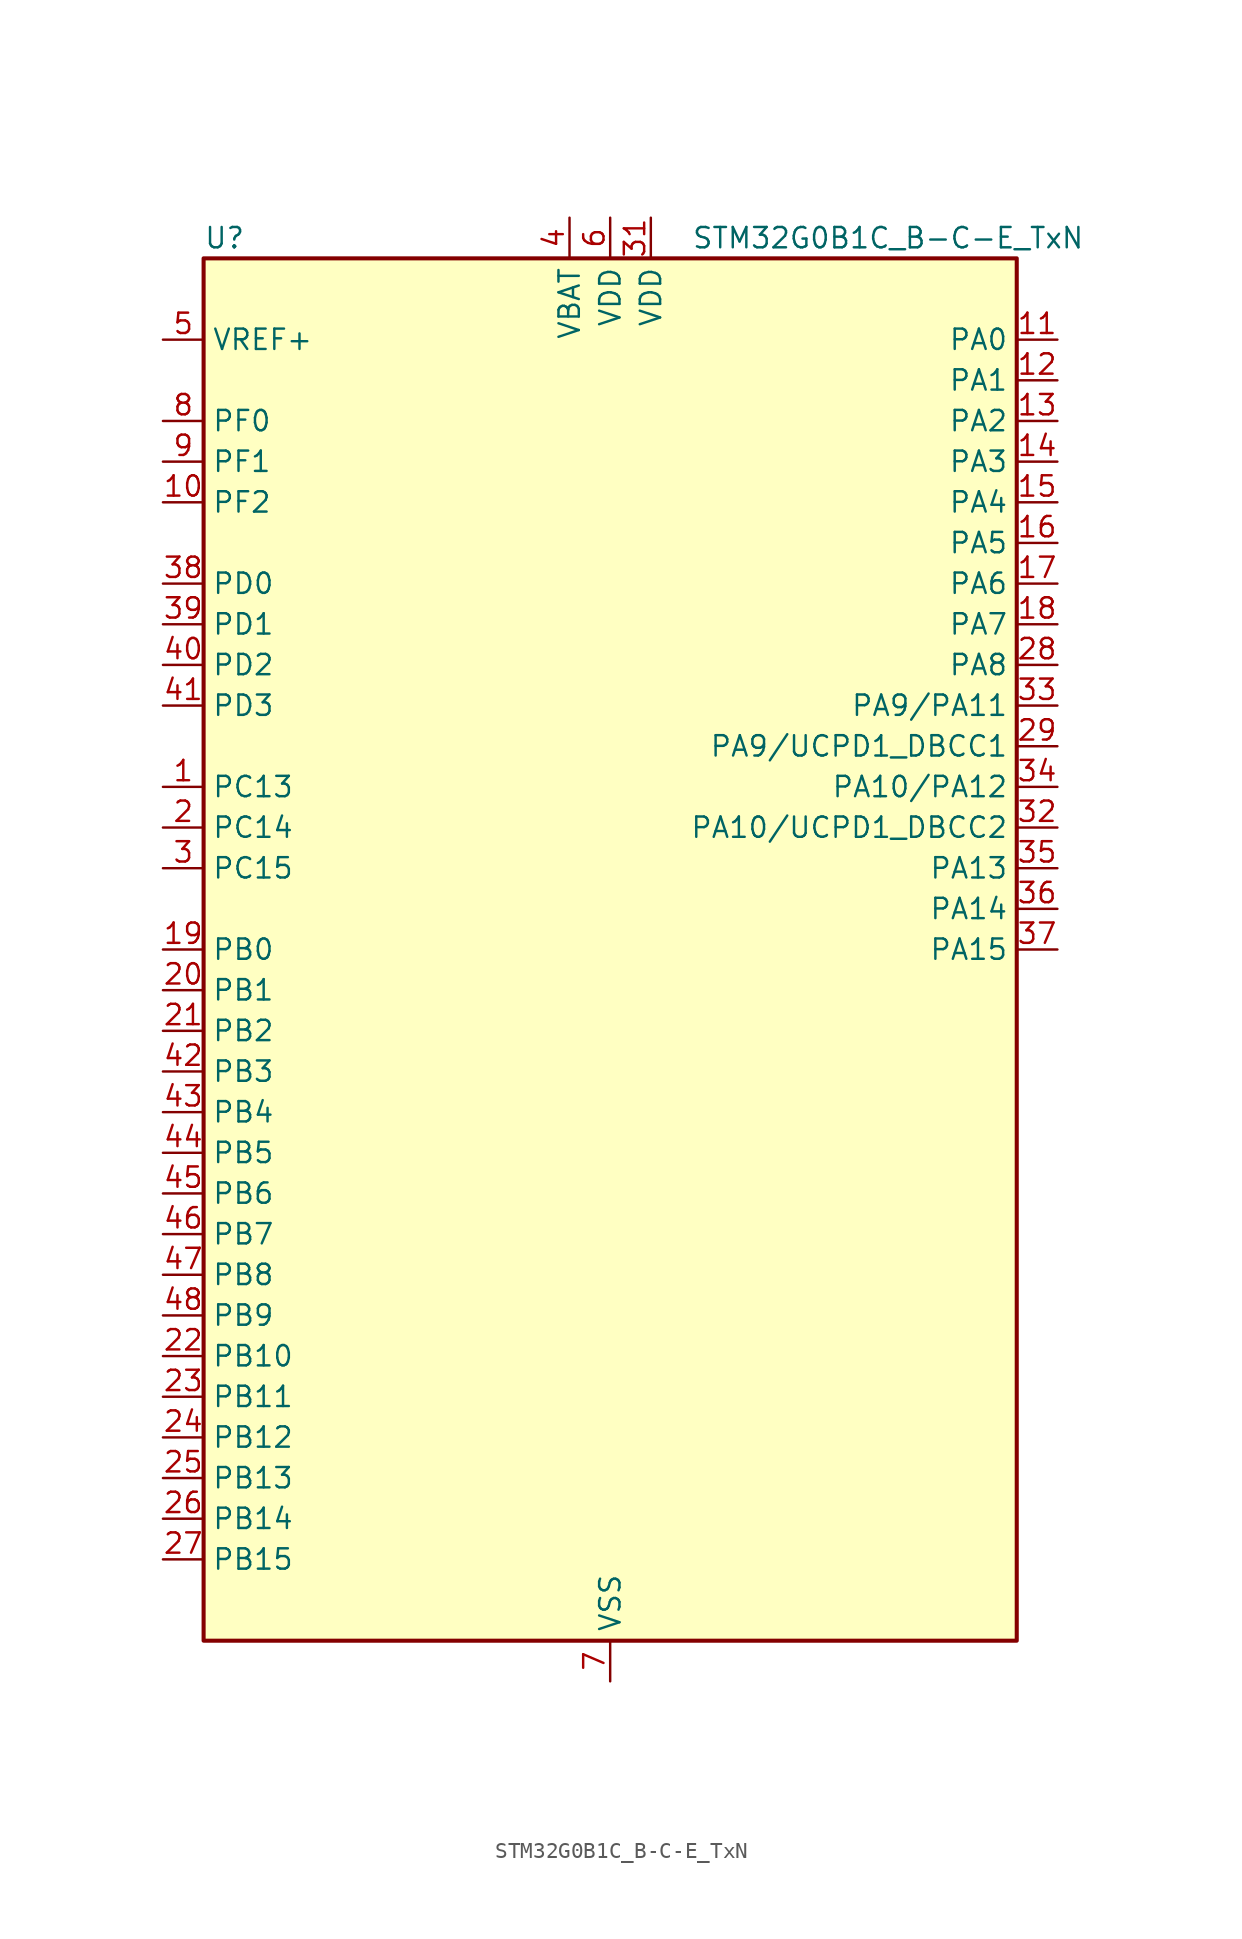
<source format=kicad_sym>
(kicad_symbol_lib
  (version 20231120)
  (generator "kicad-library-utils")
  (generator_version "8.0")
  (symbol "STM32G0B1C_B-C-E_TxN"
    (property "Reference" "U"
      (at -25.4 44.45 0)
      (effects (font (size 1.27 1.27)) (justify left)))
    (property "Value" "STM32G0B1C_B-C-E_TxN"
      (at 5.08 44.45 0)
      (effects (font (size 1.27 1.27)) (justify left)))
    (symbol "STM32G0B1C_B-C-E_TxN_0_1"
      (rectangle (start -25.4 -43.18) (end 25.4 43.18) (stroke (width 0.254) (type default)) (fill (type background))))
    (symbol "STM32G0B1C_B-C-E_TxN_1_1"
      (pin bidirectional line (at -27.94 10.16 0) (length 2.54) (name "PC13" (effects (font (size 1.27 1.27)))) (number "1" (effects (font (size 1.27 1.27)))) (alternate "RTC_OUT1" bidirectional line) (alternate "RTC_TAMP_IN1" bidirectional line) (alternate "RTC_TS" bidirectional line) (alternate "SYS_WKUP2" bidirectional line) (alternate "TIM1_BK" bidirectional line))
      (pin bidirectional line (at -27.94 27.94 0) (length 2.54) (name "PF2" (effects (font (size 1.27 1.27)))) (number "10" (effects (font (size 1.27 1.27)))) (alternate "LPUART2_DE" bidirectional line) (alternate "LPUART2_RTS" bidirectional line) (alternate "LPUART2_TX" bidirectional line) (alternate "RCC_MCO" bidirectional line))
      (pin bidirectional line (at 27.94 38.1 180) (length 2.54) (name "PA0" (effects (font (size 1.27 1.27)))) (number "11" (effects (font (size 1.27 1.27)))) (alternate "ADC1_IN0" bidirectional line) (alternate "COMP1_INM" bidirectional line) (alternate "COMP1_OUT" bidirectional line) (alternate "I2S2_CK" bidirectional line) (alternate "LPTIM1_OUT" bidirectional line) (alternate "RTC_TAMP_IN2" bidirectional line) (alternate "SPI2_SCK" bidirectional line) (alternate "SYS_WKUP1" bidirectional line) (alternate "TIM2_CH1" bidirectional line) (alternate "TIM2_ETR" bidirectional line) (alternate "UCPD2_FRSTX1" bidirectional line) (alternate "UCPD2_FRSTX2" bidirectional line) (alternate "USART2_CTS" bidirectional line) (alternate "USART2_NSS" bidirectional line) (alternate "USART4_TX" bidirectional line))
      (pin bidirectional line (at 27.94 35.56 180) (length 2.54) (name "PA1" (effects (font (size 1.27 1.27)))) (number "12" (effects (font (size 1.27 1.27)))) (alternate "ADC1_IN1" bidirectional line) (alternate "COMP1_INP" bidirectional line) (alternate "I2C1_SMBA" bidirectional line) (alternate "I2S1_CK" bidirectional line) (alternate "SPI1_SCK" bidirectional line) (alternate "TIM15_CH1N" bidirectional line) (alternate "TIM2_CH2" bidirectional line) (alternate "USART2_CK" bidirectional line) (alternate "USART2_DE" bidirectional line) (alternate "USART2_RTS" bidirectional line) (alternate "USART4_RX" bidirectional line))
      (pin bidirectional line (at 27.94 33.02 180) (length 2.54) (name "PA2" (effects (font (size 1.27 1.27)))) (number "13" (effects (font (size 1.27 1.27)))) (alternate "ADC1_IN2" bidirectional line) (alternate "COMP2_INM" bidirectional line) (alternate "COMP2_OUT" bidirectional line) (alternate "I2S1_SD" bidirectional line) (alternate "LPUART1_TX" bidirectional line) (alternate "RCC_LSCO" bidirectional line) (alternate "SPI1_MOSI" bidirectional line) (alternate "SYS_WKUP4" bidirectional line) (alternate "TIM15_CH1" bidirectional line) (alternate "TIM2_CH3" bidirectional line) (alternate "UCPD1_FRSTX1" bidirectional line) (alternate "UCPD1_FRSTX2" bidirectional line) (alternate "USART2_TX" bidirectional line))
      (pin bidirectional line (at 27.94 30.48 180) (length 2.54) (name "PA3" (effects (font (size 1.27 1.27)))) (number "14" (effects (font (size 1.27 1.27)))) (alternate "ADC1_IN3" bidirectional line) (alternate "COMP2_INP" bidirectional line) (alternate "I2S2_MCK" bidirectional line) (alternate "LPUART1_RX" bidirectional line) (alternate "SPI2_MISO" bidirectional line) (alternate "TIM15_CH2" bidirectional line) (alternate "TIM2_CH4" bidirectional line) (alternate "UCPD2_FRSTX1" bidirectional line) (alternate "UCPD2_FRSTX2" bidirectional line) (alternate "USART2_RX" bidirectional line))
      (pin bidirectional line (at 27.94 27.94 180) (length 2.54) (name "PA4" (effects (font (size 1.27 1.27)))) (number "15" (effects (font (size 1.27 1.27)))) (alternate "ADC1_IN4" bidirectional line) (alternate "DAC1_OUT1" bidirectional line) (alternate "I2S1_WS" bidirectional line) (alternate "I2S2_SD" bidirectional line) (alternate "LPTIM2_OUT" bidirectional line) (alternate "RTC_OUT2" bidirectional line) (alternate "SPI1_NSS" bidirectional line) (alternate "SPI2_MOSI" bidirectional line) (alternate "SPI3_NSS" bidirectional line) (alternate "TIM14_CH1" bidirectional line) (alternate "UCPD2_FRSTX1" bidirectional line) (alternate "UCPD2_FRSTX2" bidirectional line) (alternate "USART6_TX" bidirectional line) (alternate "USB_NOE" bidirectional line))
      (pin bidirectional line (at 27.94 25.4 180) (length 2.54) (name "PA5" (effects (font (size 1.27 1.27)))) (number "16" (effects (font (size 1.27 1.27)))) (alternate "ADC1_IN5" bidirectional line) (alternate "CEC" bidirectional line) (alternate "DAC1_OUT2" bidirectional line) (alternate "I2S1_CK" bidirectional line) (alternate "LPTIM2_ETR" bidirectional line) (alternate "SPI1_SCK" bidirectional line) (alternate "TIM2_CH1" bidirectional line) (alternate "TIM2_ETR" bidirectional line) (alternate "UCPD1_FRSTX1" bidirectional line) (alternate "UCPD1_FRSTX2" bidirectional line) (alternate "USART3_TX" bidirectional line) (alternate "USART6_RX" bidirectional line))
      (pin bidirectional line (at 27.94 22.86 180) (length 2.54) (name "PA6" (effects (font (size 1.27 1.27)))) (number "17" (effects (font (size 1.27 1.27)))) (alternate "ADC1_IN6" bidirectional line) (alternate "COMP1_OUT" bidirectional line) (alternate "I2C2_SDA" bidirectional line) (alternate "I2C3_SDA" bidirectional line) (alternate "I2S1_MCK" bidirectional line) (alternate "LPUART1_CTS" bidirectional line) (alternate "SPI1_MISO" bidirectional line) (alternate "TIM16_CH1" bidirectional line) (alternate "TIM1_BK" bidirectional line) (alternate "TIM3_CH1" bidirectional line) (alternate "USART3_CTS" bidirectional line) (alternate "USART3_NSS" bidirectional line) (alternate "USART6_CTS" bidirectional line) (alternate "USART6_NSS" bidirectional line))
      (pin bidirectional line (at 27.94 20.32 180) (length 2.54) (name "PA7" (effects (font (size 1.27 1.27)))) (number "18" (effects (font (size 1.27 1.27)))) (alternate "ADC1_IN7" bidirectional line) (alternate "COMP2_OUT" bidirectional line) (alternate "I2C2_SCL" bidirectional line) (alternate "I2C3_SCL" bidirectional line) (alternate "I2S1_SD" bidirectional line) (alternate "SPI1_MOSI" bidirectional line) (alternate "TIM14_CH1" bidirectional line) (alternate "TIM17_CH1" bidirectional line) (alternate "TIM1_CH1N" bidirectional line) (alternate "TIM3_CH2" bidirectional line) (alternate "UCPD1_FRSTX1" bidirectional line) (alternate "UCPD1_FRSTX2" bidirectional line) (alternate "USART6_CK" bidirectional line) (alternate "USART6_DE" bidirectional line) (alternate "USART6_RTS" bidirectional line))
      (pin bidirectional line (at -27.94 0 0) (length 2.54) (name "PB0" (effects (font (size 1.27 1.27)))) (number "19" (effects (font (size 1.27 1.27)))) (alternate "ADC1_IN8" bidirectional line) (alternate "COMP1_OUT" bidirectional line) (alternate "COMP3_INP" bidirectional line) (alternate "FDCAN2_RX" bidirectional line) (alternate "I2S1_WS" bidirectional line) (alternate "LPTIM1_OUT" bidirectional line) (alternate "LPUART2_CTS" bidirectional line) (alternate "SPI1_NSS" bidirectional line) (alternate "TIM1_CH2N" bidirectional line) (alternate "TIM3_CH3" bidirectional line) (alternate "UCPD1_FRSTX1" bidirectional line) (alternate "UCPD1_FRSTX2" bidirectional line) (alternate "USART3_RX" bidirectional line) (alternate "USART5_TX" bidirectional line))
      (pin bidirectional line (at -27.94 7.62 0) (length 2.54) (name "PC14" (effects (font (size 1.27 1.27)))) (number "2" (effects (font (size 1.27 1.27)))) (alternate "RCC_OSC32_IN" bidirectional line) (alternate "TIM1_BK2" bidirectional line))
      (pin bidirectional line (at -27.94 -2.54 0) (length 2.54) (name "PB1" (effects (font (size 1.27 1.27)))) (number "20" (effects (font (size 1.27 1.27)))) (alternate "ADC1_IN9" bidirectional line) (alternate "COMP1_INM" bidirectional line) (alternate "COMP3_OUT" bidirectional line) (alternate "FDCAN2_TX" bidirectional line) (alternate "LPTIM2_IN1" bidirectional line) (alternate "LPUART1_DE" bidirectional line) (alternate "LPUART1_RTS" bidirectional line) (alternate "LPUART2_DE" bidirectional line) (alternate "LPUART2_RTS" bidirectional line) (alternate "TIM14_CH1" bidirectional line) (alternate "TIM1_CH3N" bidirectional line) (alternate "TIM3_CH4" bidirectional line) (alternate "USART3_CK" bidirectional line) (alternate "USART3_DE" bidirectional line) (alternate "USART3_RTS" bidirectional line) (alternate "USART5_RX" bidirectional line))
      (pin bidirectional line (at -27.94 -5.08 0) (length 2.54) (name "PB2" (effects (font (size 1.27 1.27)))) (number "21" (effects (font (size 1.27 1.27)))) (alternate "ADC1_IN10" bidirectional line) (alternate "COMP1_INP" bidirectional line) (alternate "COMP3_INM" bidirectional line) (alternate "I2S2_MCK" bidirectional line) (alternate "LPTIM1_OUT" bidirectional line) (alternate "RCC_MCO_2" bidirectional line) (alternate "SPI2_MISO" bidirectional line) (alternate "USART3_TX" bidirectional line))
      (pin bidirectional line (at -27.94 -25.4 0) (length 2.54) (name "PB10" (effects (font (size 1.27 1.27)))) (number "22" (effects (font (size 1.27 1.27)))) (alternate "ADC1_IN11" bidirectional line) (alternate "CEC" bidirectional line) (alternate "COMP1_OUT" bidirectional line) (alternate "I2C2_SCL" bidirectional line) (alternate "I2S2_CK" bidirectional line) (alternate "LPUART1_RX" bidirectional line) (alternate "SPI2_SCK" bidirectional line) (alternate "TIM2_CH3" bidirectional line) (alternate "USART3_TX" bidirectional line))
      (pin bidirectional line (at -27.94 -27.94 0) (length 2.54) (name "PB11" (effects (font (size 1.27 1.27)))) (number "23" (effects (font (size 1.27 1.27)))) (alternate "ADC1_EXTI11" bidirectional line) (alternate "ADC1_IN15" bidirectional line) (alternate "COMP2_OUT" bidirectional line) (alternate "I2C2_SDA" bidirectional line) (alternate "I2S2_SD" bidirectional line) (alternate "LPUART1_TX" bidirectional line) (alternate "SPI2_MOSI" bidirectional line) (alternate "TIM2_CH4" bidirectional line) (alternate "USART3_RX" bidirectional line))
      (pin bidirectional line (at -27.94 -30.48 0) (length 2.54) (name "PB12" (effects (font (size 1.27 1.27)))) (number "24" (effects (font (size 1.27 1.27)))) (alternate "ADC1_IN16" bidirectional line) (alternate "FDCAN2_RX" bidirectional line) (alternate "I2C2_SMBA" bidirectional line) (alternate "I2S2_WS" bidirectional line) (alternate "LPUART1_DE" bidirectional line) (alternate "LPUART1_RTS" bidirectional line) (alternate "SPI2_NSS" bidirectional line) (alternate "TIM15_BK" bidirectional line) (alternate "TIM1_BK" bidirectional line) (alternate "UCPD2_FRSTX1" bidirectional line) (alternate "UCPD2_FRSTX2" bidirectional line))
      (pin bidirectional line (at -27.94 -33.02 0) (length 2.54) (name "PB13" (effects (font (size 1.27 1.27)))) (number "25" (effects (font (size 1.27 1.27)))) (alternate "FDCAN2_TX" bidirectional line) (alternate "I2C2_SCL" bidirectional line) (alternate "I2S2_CK" bidirectional line) (alternate "LPUART1_CTS" bidirectional line) (alternate "SPI2_SCK" bidirectional line) (alternate "TIM15_CH1N" bidirectional line) (alternate "TIM1_CH1N" bidirectional line) (alternate "USART3_CTS" bidirectional line) (alternate "USART3_NSS" bidirectional line))
      (pin bidirectional line (at -27.94 -35.56 0) (length 2.54) (name "PB14" (effects (font (size 1.27 1.27)))) (number "26" (effects (font (size 1.27 1.27)))) (alternate "I2C2_SDA" bidirectional line) (alternate "I2S2_MCK" bidirectional line) (alternate "SPI2_MISO" bidirectional line) (alternate "TIM15_CH1" bidirectional line) (alternate "TIM1_CH2N" bidirectional line) (alternate "UCPD1_FRSTX1" bidirectional line) (alternate "UCPD1_FRSTX2" bidirectional line) (alternate "USART3_CK" bidirectional line) (alternate "USART3_DE" bidirectional line) (alternate "USART3_RTS" bidirectional line) (alternate "USART6_CK" bidirectional line) (alternate "USART6_DE" bidirectional line) (alternate "USART6_RTS" bidirectional line))
      (pin bidirectional line (at -27.94 -38.1 0) (length 2.54) (name "PB15" (effects (font (size 1.27 1.27)))) (number "27" (effects (font (size 1.27 1.27)))) (alternate "I2S2_SD" bidirectional line) (alternate "RTC_REFIN" bidirectional line) (alternate "SPI2_MOSI" bidirectional line) (alternate "TIM15_CH1N" bidirectional line) (alternate "TIM15_CH2" bidirectional line) (alternate "TIM1_CH3N" bidirectional line) (alternate "UCPD1_CC2" bidirectional line) (alternate "USART6_CTS" bidirectional line) (alternate "USART6_NSS" bidirectional line))
      (pin bidirectional line (at 27.94 17.78 180) (length 2.54) (name "PA8" (effects (font (size 1.27 1.27)))) (number "28" (effects (font (size 1.27 1.27)))) (alternate "CRS1_SYNC" bidirectional line) (alternate "I2C2_SMBA" bidirectional line) (alternate "I2S2_WS" bidirectional line) (alternate "LPTIM2_OUT" bidirectional line) (alternate "RCC_MCO" bidirectional line) (alternate "SPI2_NSS" bidirectional line) (alternate "TIM1_CH1" bidirectional line) (alternate "UCPD1_CC1" bidirectional line))
      (pin bidirectional line (at 27.94 12.7 180) (length 2.54) (name "PA9/UCPD1_DBCC1" (effects (font (size 1.27 1.27)))) (number "29" (effects (font (size 1.27 1.27)))) (alternate "PA9" bidirectional line) (alternate "DAC1_EXTI9 (PA9)" bidirectional line) (alternate "I2C1_SCL (PA9)" bidirectional line) (alternate "I2C2_SCL (PA9)" bidirectional line) (alternate "I2S2_MCK (PA9)" bidirectional line) (alternate "RCC_MCO (PA9)" bidirectional line) (alternate "SPI2_MISO (PA9)" bidirectional line) (alternate "TIM15_BK (PA9)" bidirectional line) (alternate "TIM1_CH2 (PA9)" bidirectional line) (alternate "UCPD1_DBCC1 (PA9)" bidirectional line) (alternate "USART1_TX (PA9)" bidirectional line) (alternate "UCPD1_DBCC1" bidirectional line) (alternate "UCPD1_DBCC1 (UCPD1_DBCC1)" bidirectional line))
      (pin bidirectional line (at -27.94 5.08 0) (length 2.54) (name "PC15" (effects (font (size 1.27 1.27)))) (number "3" (effects (font (size 1.27 1.27)))) (alternate "RCC_OSC32_EN" bidirectional line) (alternate "RCC_OSC32_OUT" bidirectional line) (alternate "RCC_OSC_EN" bidirectional line) (alternate "TIM15_BK" bidirectional line))
      (pin passive line (at 0 -45.72 90) (length 2.54) hide (name "VSS" (effects (font (size 1.27 1.27)))) (number "30" (effects (font (size 1.27 1.27)))))
      (pin power_in line (at 2.54 45.72 270) (length 2.54) (name "VDD" (effects (font (size 1.27 1.27)))) (number "31" (effects (font (size 1.27 1.27)))))
      (pin bidirectional line (at 27.94 7.62 180) (length 2.54) (name "PA10/UCPD1_DBCC2" (effects (font (size 1.27 1.27)))) (number "32" (effects (font (size 1.27 1.27)))) (alternate "PA10" bidirectional line) (alternate "I2C1_SDA (PA10)" bidirectional line) (alternate "I2C2_SDA (PA10)" bidirectional line) (alternate "I2S2_SD (PA10)" bidirectional line) (alternate "RCC_MCO_2 (PA10)" bidirectional line) (alternate "SPI2_MOSI (PA10)" bidirectional line) (alternate "TIM17_BK (PA10)" bidirectional line) (alternate "TIM1_CH3 (PA10)" bidirectional line) (alternate "UCPD1_DBCC2 (PA10)" bidirectional line) (alternate "USART1_RX (PA10)" bidirectional line) (alternate "UCPD1_DBCC2" bidirectional line) (alternate "UCPD1_DBCC2 (UCPD1_DBCC2)" bidirectional line))
      (pin bidirectional line (at 27.94 15.24 180) (length 2.54) (name "PA9/PA11" (effects (font (size 1.27 1.27)))) (number "33" (effects (font (size 1.27 1.27)))) (alternate "PA9" bidirectional line) (alternate "DAC1_EXTI9 (PA9)" bidirectional line) (alternate "I2C1_SCL (PA9)" bidirectional line) (alternate "I2C2_SCL (PA9)" bidirectional line) (alternate "I2S2_MCK (PA9)" bidirectional line) (alternate "RCC_MCO (PA9)" bidirectional line) (alternate "SPI2_MISO (PA9)" bidirectional line) (alternate "TIM15_BK (PA9)" bidirectional line) (alternate "TIM1_CH2 (PA9)" bidirectional line) (alternate "UCPD1_DBCC1 (PA9)" bidirectional line) (alternate "USART1_TX (PA9)" bidirectional line) (alternate "PA11" bidirectional line) (alternate "ADC1_EXTI11 (PA11)" bidirectional line) (alternate "COMP1_OUT (PA11)" bidirectional line) (alternate "FDCAN1_RX (PA11)" bidirectional line) (alternate "I2C2_SCL (PA11)" bidirectional line) (alternate "I2S1_MCK (PA11)" bidirectional line) (alternate "SPI1_MISO (PA11)" bidirectional line) (alternate "TIM1_BK2 (PA11)" bidirectional line) (alternate "TIM1_CH4 (PA11)" bidirectional line) (alternate "USART1_CTS (PA11)" bidirectional line) (alternate "USART1_NSS (PA11)" bidirectional line) (alternate "USB_DM (PA11)" bidirectional line))
      (pin bidirectional line (at 27.94 10.16 180) (length 2.54) (name "PA10/PA12" (effects (font (size 1.27 1.27)))) (number "34" (effects (font (size 1.27 1.27)))) (alternate "PA10" bidirectional line) (alternate "I2C1_SDA (PA10)" bidirectional line) (alternate "I2C2_SDA (PA10)" bidirectional line) (alternate "I2S2_SD (PA10)" bidirectional line) (alternate "RCC_MCO_2 (PA10)" bidirectional line) (alternate "SPI2_MOSI (PA10)" bidirectional line) (alternate "TIM17_BK (PA10)" bidirectional line) (alternate "TIM1_CH3 (PA10)" bidirectional line) (alternate "UCPD1_DBCC2 (PA10)" bidirectional line) (alternate "USART1_RX (PA10)" bidirectional line) (alternate "PA12" bidirectional line) (alternate "COMP2_OUT (PA12)" bidirectional line) (alternate "FDCAN1_TX (PA12)" bidirectional line) (alternate "I2C2_SDA (PA12)" bidirectional line) (alternate "I2S1_SD (PA12)" bidirectional line) (alternate "I2S_CKIN (PA12)" bidirectional line) (alternate "SPI1_MOSI (PA12)" bidirectional line) (alternate "TIM1_ETR (PA12)" bidirectional line) (alternate "USART1_CK (PA12)" bidirectional line) (alternate "USART1_DE (PA12)" bidirectional line) (alternate "USART1_RTS (PA12)" bidirectional line) (alternate "USB_DP (PA12)" bidirectional line))
      (pin bidirectional line (at 27.94 5.08 180) (length 2.54) (name "PA13" (effects (font (size 1.27 1.27)))) (number "35" (effects (font (size 1.27 1.27)))) (alternate "IR_OUT" bidirectional line) (alternate "LPUART2_RX" bidirectional line) (alternate "SYS_SWDIO" bidirectional line) (alternate "USB_NOE" bidirectional line))
      (pin bidirectional line (at 27.94 2.54 180) (length 2.54) (name "PA14" (effects (font (size 1.27 1.27)))) (number "36" (effects (font (size 1.27 1.27)))) (alternate "LPUART2_TX" bidirectional line) (alternate "SYS_SWCLK" bidirectional line) (alternate "USART2_TX" bidirectional line))
      (pin bidirectional line (at 27.94 0 180) (length 2.54) (name "PA15" (effects (font (size 1.27 1.27)))) (number "37" (effects (font (size 1.27 1.27)))) (alternate "I2C2_SMBA" bidirectional line) (alternate "I2S1_WS" bidirectional line) (alternate "RCC_MCO_2" bidirectional line) (alternate "SPI1_NSS" bidirectional line) (alternate "SPI3_NSS" bidirectional line) (alternate "TIM2_CH1" bidirectional line) (alternate "TIM2_ETR" bidirectional line) (alternate "USART2_RX" bidirectional line) (alternate "USART3_CK" bidirectional line) (alternate "USART3_DE" bidirectional line) (alternate "USART3_RTS" bidirectional line) (alternate "USART4_CK" bidirectional line) (alternate "USART4_DE" bidirectional line) (alternate "USART4_RTS" bidirectional line) (alternate "USB_NOE" bidirectional line))
      (pin bidirectional line (at -27.94 22.86 0) (length 2.54) (name "PD0" (effects (font (size 1.27 1.27)))) (number "38" (effects (font (size 1.27 1.27)))) (alternate "FDCAN1_RX" bidirectional line) (alternate "I2S2_WS" bidirectional line) (alternate "SPI2_NSS" bidirectional line) (alternate "TIM16_CH1" bidirectional line) (alternate "UCPD2_CC1" bidirectional line))
      (pin bidirectional line (at -27.94 20.32 0) (length 2.54) (name "PD1" (effects (font (size 1.27 1.27)))) (number "39" (effects (font (size 1.27 1.27)))) (alternate "FDCAN1_TX" bidirectional line) (alternate "I2S2_CK" bidirectional line) (alternate "SPI2_SCK" bidirectional line) (alternate "TIM17_CH1" bidirectional line) (alternate "UCPD2_DBCC1" bidirectional line))
      (pin power_in line (at -2.54 45.72 270) (length 2.54) (name "VBAT" (effects (font (size 1.27 1.27)))) (number "4" (effects (font (size 1.27 1.27)))))
      (pin bidirectional line (at -27.94 17.78 0) (length 2.54) (name "PD2" (effects (font (size 1.27 1.27)))) (number "40" (effects (font (size 1.27 1.27)))) (alternate "TIM1_CH1N" bidirectional line) (alternate "TIM3_ETR" bidirectional line) (alternate "UCPD2_CC2" bidirectional line) (alternate "USART3_CK" bidirectional line) (alternate "USART3_DE" bidirectional line) (alternate "USART3_RTS" bidirectional line) (alternate "USART5_RX" bidirectional line))
      (pin bidirectional line (at -27.94 15.24 0) (length 2.54) (name "PD3" (effects (font (size 1.27 1.27)))) (number "41" (effects (font (size 1.27 1.27)))) (alternate "I2S2_MCK" bidirectional line) (alternate "SPI2_MISO" bidirectional line) (alternate "TIM1_CH2N" bidirectional line) (alternate "UCPD2_DBCC2" bidirectional line) (alternate "USART2_CTS" bidirectional line) (alternate "USART2_NSS" bidirectional line) (alternate "USART5_TX" bidirectional line))
      (pin bidirectional line (at -27.94 -7.62 0) (length 2.54) (name "PB3" (effects (font (size 1.27 1.27)))) (number "42" (effects (font (size 1.27 1.27)))) (alternate "COMP2_INM" bidirectional line) (alternate "I2C2_SCL" bidirectional line) (alternate "I2C3_SCL" bidirectional line) (alternate "I2S1_CK" bidirectional line) (alternate "SPI1_SCK" bidirectional line) (alternate "SPI3_SCK" bidirectional line) (alternate "TIM1_CH2" bidirectional line) (alternate "TIM2_CH2" bidirectional line) (alternate "USART1_CK" bidirectional line) (alternate "USART1_DE" bidirectional line) (alternate "USART1_RTS" bidirectional line) (alternate "USART5_TX" bidirectional line))
      (pin bidirectional line (at -27.94 -10.16 0) (length 2.54) (name "PB4" (effects (font (size 1.27 1.27)))) (number "43" (effects (font (size 1.27 1.27)))) (alternate "COMP2_INP" bidirectional line) (alternate "I2C2_SDA" bidirectional line) (alternate "I2C3_SDA" bidirectional line) (alternate "I2S1_MCK" bidirectional line) (alternate "SPI1_MISO" bidirectional line) (alternate "SPI3_MISO" bidirectional line) (alternate "TIM17_BK" bidirectional line) (alternate "TIM3_CH1" bidirectional line) (alternate "USART1_CTS" bidirectional line) (alternate "USART1_NSS" bidirectional line) (alternate "USART5_RX" bidirectional line))
      (pin bidirectional line (at -27.94 -12.7 0) (length 2.54) (name "PB5" (effects (font (size 1.27 1.27)))) (number "44" (effects (font (size 1.27 1.27)))) (alternate "COMP2_OUT" bidirectional line) (alternate "FDCAN2_RX" bidirectional line) (alternate "I2C1_SMBA" bidirectional line) (alternate "I2S1_SD" bidirectional line) (alternate "LPTIM1_IN1" bidirectional line) (alternate "SPI1_MOSI" bidirectional line) (alternate "SPI3_MOSI" bidirectional line) (alternate "SYS_WKUP6" bidirectional line) (alternate "TIM16_BK" bidirectional line) (alternate "TIM3_CH2" bidirectional line) (alternate "USART5_CK" bidirectional line) (alternate "USART5_DE" bidirectional line) (alternate "USART5_RTS" bidirectional line))
      (pin bidirectional line (at -27.94 -15.24 0) (length 2.54) (name "PB6" (effects (font (size 1.27 1.27)))) (number "45" (effects (font (size 1.27 1.27)))) (alternate "COMP2_INP" bidirectional line) (alternate "FDCAN2_TX" bidirectional line) (alternate "I2C1_SCL" bidirectional line) (alternate "I2S2_MCK" bidirectional line) (alternate "LPTIM1_ETR" bidirectional line) (alternate "LPUART2_TX" bidirectional line) (alternate "SPI2_MISO" bidirectional line) (alternate "TIM16_CH1N" bidirectional line) (alternate "TIM1_CH3" bidirectional line) (alternate "TIM4_CH1" bidirectional line) (alternate "USART1_TX" bidirectional line) (alternate "USART5_CTS" bidirectional line) (alternate "USART5_NSS" bidirectional line))
      (pin bidirectional line (at -27.94 -17.78 0) (length 2.54) (name "PB7" (effects (font (size 1.27 1.27)))) (number "46" (effects (font (size 1.27 1.27)))) (alternate "COMP2_INM" bidirectional line) (alternate "I2C1_SDA" bidirectional line) (alternate "I2S2_SD" bidirectional line) (alternate "LPTIM1_IN2" bidirectional line) (alternate "LPUART2_RX" bidirectional line) (alternate "SPI2_MOSI" bidirectional line) (alternate "SYS_PVD_IN" bidirectional line) (alternate "TIM17_CH1N" bidirectional line) (alternate "TIM4_CH2" bidirectional line) (alternate "USART1_RX" bidirectional line) (alternate "USART4_CTS" bidirectional line) (alternate "USART4_NSS" bidirectional line))
      (pin bidirectional line (at -27.94 -20.32 0) (length 2.54) (name "PB8" (effects (font (size 1.27 1.27)))) (number "47" (effects (font (size 1.27 1.27)))) (alternate "CEC" bidirectional line) (alternate "FDCAN1_RX" bidirectional line) (alternate "I2C1_SCL" bidirectional line) (alternate "I2S2_CK" bidirectional line) (alternate "SPI2_SCK" bidirectional line) (alternate "TIM15_BK" bidirectional line) (alternate "TIM16_CH1" bidirectional line) (alternate "TIM4_CH3" bidirectional line) (alternate "USART3_TX" bidirectional line) (alternate "USART6_TX" bidirectional line))
      (pin bidirectional line (at -27.94 -22.86 0) (length 2.54) (name "PB9" (effects (font (size 1.27 1.27)))) (number "48" (effects (font (size 1.27 1.27)))) (alternate "DAC1_EXTI9" bidirectional line) (alternate "FDCAN1_TX" bidirectional line) (alternate "I2C1_SDA" bidirectional line) (alternate "I2S2_WS" bidirectional line) (alternate "IR_OUT" bidirectional line) (alternate "SPI2_NSS" bidirectional line) (alternate "TIM17_CH1" bidirectional line) (alternate "TIM4_CH4" bidirectional line) (alternate "UCPD2_FRSTX1" bidirectional line) (alternate "UCPD2_FRSTX2" bidirectional line) (alternate "USART3_RX" bidirectional line) (alternate "USART6_RX" bidirectional line))
      (pin input line (at -27.94 38.1 0) (length 2.54) (name "VREF+" (effects (font (size 1.27 1.27)))) (number "5" (effects (font (size 1.27 1.27)))) (alternate "VREFBUF_OUT" bidirectional line))
      (pin power_in line (at 0 45.72 270) (length 2.54) (name "VDD" (effects (font (size 1.27 1.27)))) (number "6" (effects (font (size 1.27 1.27)))))
      (pin power_in line (at 0 -45.72 90) (length 2.54) (name "VSS" (effects (font (size 1.27 1.27)))) (number "7" (effects (font (size 1.27 1.27)))))
      (pin bidirectional line (at -27.94 33.02 0) (length 2.54) (name "PF0" (effects (font (size 1.27 1.27)))) (number "8" (effects (font (size 1.27 1.27)))) (alternate "CRS1_SYNC" bidirectional line) (alternate "RCC_OSC_IN" bidirectional line) (alternate "TIM14_CH1" bidirectional line))
      (pin bidirectional line (at -27.94 30.48 0) (length 2.54) (name "PF1" (effects (font (size 1.27 1.27)))) (number "9" (effects (font (size 1.27 1.27)))) (alternate "RCC_OSC_EN" bidirectional line) (alternate "RCC_OSC_OUT" bidirectional line) (alternate "TIM15_CH1N" bidirectional line)))))
</source>
